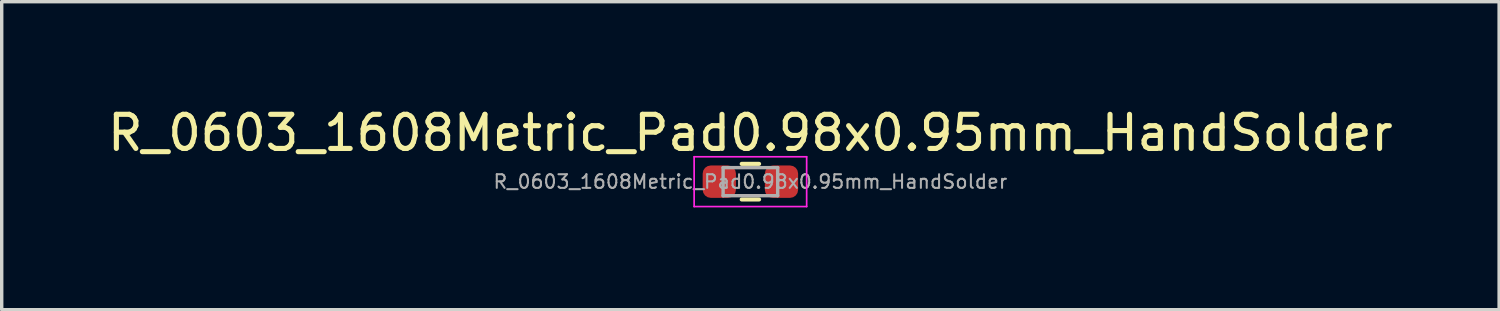
<source format=kicad_pcb>
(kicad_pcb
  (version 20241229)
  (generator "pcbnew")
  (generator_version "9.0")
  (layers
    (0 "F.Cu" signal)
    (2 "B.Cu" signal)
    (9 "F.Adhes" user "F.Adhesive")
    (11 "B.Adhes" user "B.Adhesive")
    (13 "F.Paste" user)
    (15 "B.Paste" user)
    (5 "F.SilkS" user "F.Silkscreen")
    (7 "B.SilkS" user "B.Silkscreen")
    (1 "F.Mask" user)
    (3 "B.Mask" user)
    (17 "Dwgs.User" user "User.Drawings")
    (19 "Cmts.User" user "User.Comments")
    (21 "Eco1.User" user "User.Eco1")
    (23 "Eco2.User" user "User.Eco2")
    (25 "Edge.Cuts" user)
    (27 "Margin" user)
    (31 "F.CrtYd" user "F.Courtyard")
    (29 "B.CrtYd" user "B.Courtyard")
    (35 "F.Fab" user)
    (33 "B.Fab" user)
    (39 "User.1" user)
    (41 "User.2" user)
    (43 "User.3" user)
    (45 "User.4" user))
  (footprint "R_0603_1608Metric_Pad0.98x0.95mm_HandSolder"
    (layer "F.Cu")
    (at 18.958 2.278)
    (property "Reference" "R_0603_1608Metric_Pad0.98x0.95mm_HandSolder" (at 0 -1.43 180) (layer "F.SilkS") (effects (font (size 1 1) (thickness 0.15))))
    (attr smd)
    (fp_line (start -0.255 -0.522) (end 0.255 -0.522) (stroke (width 0.12) (type solid)) (layer "F.SilkS"))
    (fp_line (start -0.255 0.522) (end 0.255 0.522) (stroke (width 0.12) (type solid)) (layer "F.SilkS"))
    (fp_line (start -1.65 -0.73) (end 1.65 -0.73) (stroke (width 0.05) (type solid)) (layer "F.CrtYd"))
    (fp_line (start -1.65 0.73) (end -1.65 -0.73) (stroke (width 0.05) (type solid)) (layer "F.CrtYd"))
    (fp_line (start 1.65 -0.73) (end 1.65 0.73) (stroke (width 0.05) (type solid)) (layer "F.CrtYd"))
    (fp_line (start 1.65 0.73) (end -1.65 0.73) (stroke (width 0.05) (type solid)) (layer "F.CrtYd"))
    (fp_line (start -0.8 -0.412) (end 0.8 -0.412) (stroke (width 0.1) (type solid)) (layer "F.Fab"))
    (fp_line (start -0.8 0.412) (end -0.8 -0.412) (stroke (width 0.1) (type solid)) (layer "F.Fab"))
    (fp_line (start 0.8 -0.412) (end 0.8 0.412) (stroke (width 0.1) (type solid)) (layer "F.Fab"))
    (fp_line (start 0.8 0.412) (end -0.8 0.412) (stroke (width 0.1) (type solid)) (layer "F.Fab"))
    (fp_text user "${REFERENCE}" (at 0 0 180) (layer "F.Fab") (effects (font (size 0.4 0.4) (thickness 0.06))))
    (pad "1" smd roundrect (at -0.912 0) (size 0.975 0.95) (layers "F.Cu" "F.Mask" "F.Paste") (roundrect_rratio 0.25))
    (pad "2" smd roundrect (at 0.912 0) (size 0.975 0.95) (layers "F.Cu" "F.Mask" "F.Paste") (roundrect_rratio 0.25)))
  (gr_rect
    (start -3 -3)
    (end 40.917 6.033)
    (stroke (width 0.1) (type default))
    (fill no)
    (layer "Edge.Cuts")))
</source>
